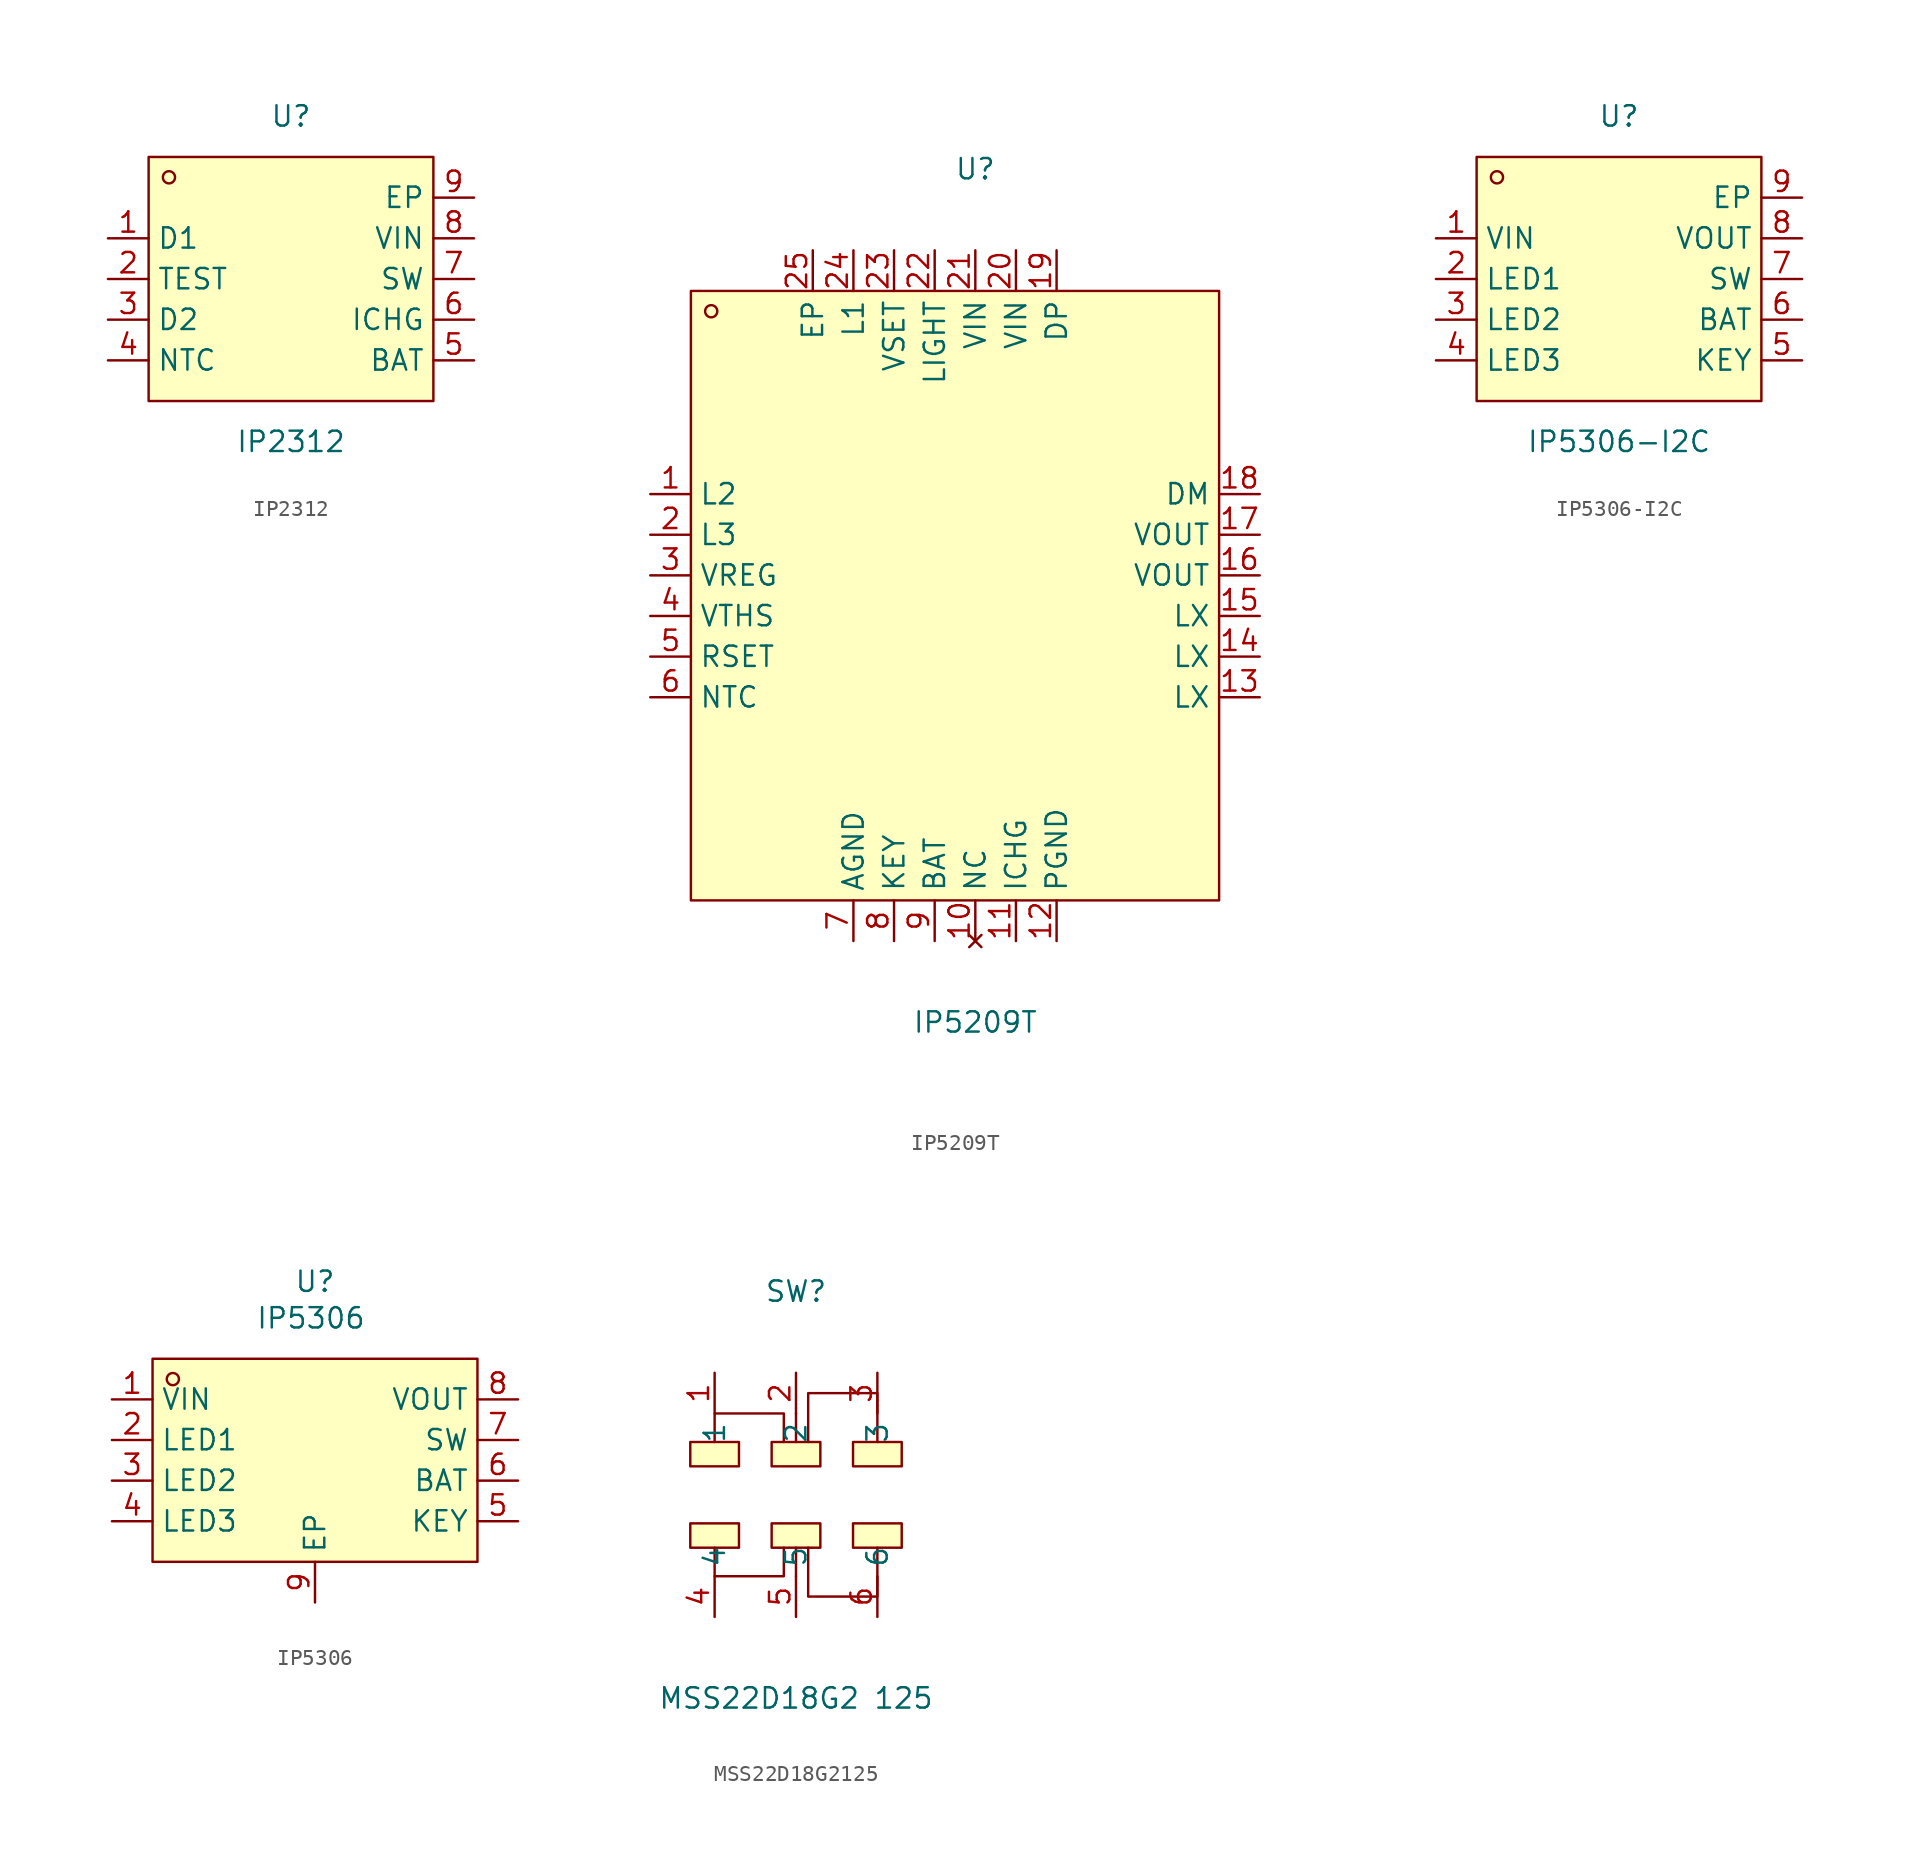
<source format=kicad_sym>
(kicad_symbol_lib
  (version 20231120)
  (generator "kicad_symbol_editor")
  (generator_version "8.0")
  (symbol "IP2312"
    (property "Reference" "U"
      (at 0 10.16 0)
      (effects (font (size 1.27 1.27))))
    (property "Value" "IP2312"
      (at 0 -10.16 0)
      (effects (font (size 1.27 1.27))))
    (symbol "IP2312_0_1"
      (rectangle (start -8.89 7.62) (end 8.89 -7.62) (stroke (width 0) (type default)) (fill (type background)))
      (circle (center -7.62 6.35) (radius 0.38) (stroke (width 0) (type default)) (fill (type none)))
      (pin unspecified line (at -11.43 2.54 0) (length 2.54) (name "D1" (effects (font (size 1.27 1.27)))) (number "1" (effects (font (size 1.27 1.27)))))
      (pin unspecified line (at -11.43 0 0) (length 2.54) (name "TEST" (effects (font (size 1.27 1.27)))) (number "2" (effects (font (size 1.27 1.27)))))
      (pin unspecified line (at -11.43 -2.54 0) (length 2.54) (name "D2" (effects (font (size 1.27 1.27)))) (number "3" (effects (font (size 1.27 1.27)))))
      (pin unspecified line (at -11.43 -5.08 0) (length 2.54) (name "NTC" (effects (font (size 1.27 1.27)))) (number "4" (effects (font (size 1.27 1.27)))))
      (pin unspecified line (at 11.43 -5.08 180) (length 2.54) (name "BAT" (effects (font (size 1.27 1.27)))) (number "5" (effects (font (size 1.27 1.27)))))
      (pin unspecified line (at 11.43 -2.54 180) (length 2.54) (name "ICHG" (effects (font (size 1.27 1.27)))) (number "6" (effects (font (size 1.27 1.27)))))
      (pin unspecified line (at 11.43 0 180) (length 2.54) (name "SW" (effects (font (size 1.27 1.27)))) (number "7" (effects (font (size 1.27 1.27)))))
      (pin unspecified line (at 11.43 2.54 180) (length 2.54) (name "VIN" (effects (font (size 1.27 1.27)))) (number "8" (effects (font (size 1.27 1.27)))))
      (pin unspecified line (at 11.43 5.08 180) (length 2.54) (name "EP" (effects (font (size 1.27 1.27)))) (number "9" (effects (font (size 1.27 1.27)))))))
  (symbol "IP5209T"
    (property "Reference" "U"
      (at 0 25.4 0)
      (effects (font (size 1.27 1.27))))
    (property "Value" "IP5209T"
      (at 0 -27.94 0)
      (effects (font (size 1.27 1.27))))
    (symbol "IP5209T_0_1"
      (rectangle (start -17.78 17.78) (end 15.24 -20.32) (stroke (width 0) (type default)) (fill (type background)))
      (circle (center -16.51 16.51) (radius 0.38) (stroke (width 0) (type default)) (fill (type none))))
    (symbol "IP5209T_1_1"
      (pin passive line (at -20.32 5.08 0) (length 2.54) (name "L2" (effects (font (size 1.27 1.27)))) (number "1" (effects (font (size 1.27 1.27)))))
      (pin no_connect line (at 0 -22.86 90) (length 2.54) (name "NC" (effects (font (size 1.27 1.27)))) (number "10" (effects (font (size 1.27 1.27)))))
      (pin passive line (at 2.54 -22.86 90) (length 2.54) (name "ICHG" (effects (font (size 1.27 1.27)))) (number "11" (effects (font (size 1.27 1.27)))))
      (pin power_in line (at 5.08 -22.86 90) (length 2.54) (name "PGND" (effects (font (size 1.27 1.27)))) (number "12" (effects (font (size 1.27 1.27)))))
      (pin passive line (at 17.78 -7.62 180) (length 2.54) (name "LX" (effects (font (size 1.27 1.27)))) (number "13" (effects (font (size 1.27 1.27)))))
      (pin passive line (at 17.78 -5.08 180) (length 2.54) (name "LX" (effects (font (size 1.27 1.27)))) (number "14" (effects (font (size 1.27 1.27)))))
      (pin passive line (at 17.78 -2.54 180) (length 2.54) (name "LX" (effects (font (size 1.27 1.27)))) (number "15" (effects (font (size 1.27 1.27)))))
      (pin power_in line (at 17.78 0 180) (length 2.54) (name "VOUT" (effects (font (size 1.27 1.27)))) (number "16" (effects (font (size 1.27 1.27)))))
      (pin power_in line (at 17.78 2.54 180) (length 2.54) (name "VOUT" (effects (font (size 1.27 1.27)))) (number "17" (effects (font (size 1.27 1.27)))))
      (pin passive line (at 17.78 5.08 180) (length 2.54) (name "DM" (effects (font (size 1.27 1.27)))) (number "18" (effects (font (size 1.27 1.27)))))
      (pin passive line (at 5.08 20.32 270) (length 2.54) (name "DP" (effects (font (size 1.27 1.27)))) (number "19" (effects (font (size 1.27 1.27)))))
      (pin passive line (at -20.32 2.54 0) (length 2.54) (name "L3" (effects (font (size 1.27 1.27)))) (number "2" (effects (font (size 1.27 1.27)))))
      (pin power_in line (at 2.54 20.32 270) (length 2.54) (name "VIN" (effects (font (size 1.27 1.27)))) (number "20" (effects (font (size 1.27 1.27)))))
      (pin power_in line (at 0 20.32 270) (length 2.54) (name "VIN" (effects (font (size 1.27 1.27)))) (number "21" (effects (font (size 1.27 1.27)))))
      (pin passive line (at -2.54 20.32 270) (length 2.54) (name "LIGHT" (effects (font (size 1.27 1.27)))) (number "22" (effects (font (size 1.27 1.27)))))
      (pin passive line (at -5.08 20.32 270) (length 2.54) (name "VSET" (effects (font (size 1.27 1.27)))) (number "23" (effects (font (size 1.27 1.27)))))
      (pin passive line (at -7.62 20.32 270) (length 2.54) (name "L1" (effects (font (size 1.27 1.27)))) (number "24" (effects (font (size 1.27 1.27)))))
      (pin passive line (at -10.16 20.32 270) (length 2.54) (name "EP" (effects (font (size 1.27 1.27)))) (number "25" (effects (font (size 1.27 1.27)))))
      (pin passive line (at -20.32 0 0) (length 2.54) (name "VREG" (effects (font (size 1.27 1.27)))) (number "3" (effects (font (size 1.27 1.27)))))
      (pin passive line (at -20.32 -2.54 0) (length 2.54) (name "VTHS" (effects (font (size 1.27 1.27)))) (number "4" (effects (font (size 1.27 1.27)))))
      (pin passive line (at -20.32 -5.08 0) (length 2.54) (name "RSET" (effects (font (size 1.27 1.27)))) (number "5" (effects (font (size 1.27 1.27)))))
      (pin passive line (at -20.32 -7.62 0) (length 2.54) (name "NTC" (effects (font (size 1.27 1.27)))) (number "6" (effects (font (size 1.27 1.27)))))
      (pin power_in line (at -7.62 -22.86 90) (length 2.54) (name "AGND" (effects (font (size 1.27 1.27)))) (number "7" (effects (font (size 1.27 1.27)))))
      (pin passive line (at -5.08 -22.86 90) (length 2.54) (name "KEY" (effects (font (size 1.27 1.27)))) (number "8" (effects (font (size 1.27 1.27)))))
      (pin passive line (at -2.54 -22.86 90) (length 2.54) (name "BAT" (effects (font (size 1.27 1.27)))) (number "9" (effects (font (size 1.27 1.27)))))))
  (symbol "IP5306-I2C"
    (property "Reference" "U"
      (at 0 10.16 0)
      (effects (font (size 1.27 1.27))))
    (property "Value" "IP5306-I2C"
      (at 0 -10.16 0)
      (effects (font (size 1.27 1.27))))
    (symbol "IP5306-I2C_0_1"
      (rectangle (start -8.89 7.62) (end 8.89 -7.62) (stroke (width 0) (type default)) (fill (type background)))
      (circle (center -7.62 6.35) (radius 0.38) (stroke (width 0) (type default)) (fill (type none))))
    (symbol "IP5306-I2C_1_1"
      (pin power_in line (at -11.43 2.54 0) (length 2.54) (name "VIN" (effects (font (size 1.27 1.27)))) (number "1" (effects (font (size 1.27 1.27)))))
      (pin bidirectional line (at -11.43 0 0) (length 2.54) (name "LED1" (effects (font (size 1.27 1.27)))) (number "2" (effects (font (size 1.27 1.27)))))
      (pin bidirectional line (at -11.43 -2.54 0) (length 2.54) (name "LED2" (effects (font (size 1.27 1.27)))) (number "3" (effects (font (size 1.27 1.27)))))
      (pin bidirectional line (at -11.43 -5.08 0) (length 2.54) (name "LED3" (effects (font (size 1.27 1.27)))) (number "4" (effects (font (size 1.27 1.27)))))
      (pin passive line (at 11.43 -5.08 180) (length 2.54) (name "KEY" (effects (font (size 1.27 1.27)))) (number "5" (effects (font (size 1.27 1.27)))))
      (pin passive line (at 11.43 -2.54 180) (length 2.54) (name "BAT" (effects (font (size 1.27 1.27)))) (number "6" (effects (font (size 1.27 1.27)))))
      (pin passive line (at 11.43 0 180) (length 2.54) (name "SW" (effects (font (size 1.27 1.27)))) (number "7" (effects (font (size 1.27 1.27)))))
      (pin power_in line (at 11.43 2.54 180) (length 2.54) (name "VOUT" (effects (font (size 1.27 1.27)))) (number "8" (effects (font (size 1.27 1.27)))))
      (pin power_in line (at 11.43 5.08 180) (length 2.54) (name "EP" (effects (font (size 1.27 1.27)))) (number "9" (effects (font (size 1.27 1.27)))))))
  (symbol "IP5306"
    (property "Reference" "U"
      (at 0 7.366 0)
      (effects (font (size 1.27 1.27))))
    (property "Value" "IP5306"
      (at -0.254 5.08 0)
      (effects (font (size 1.27 1.27))))
    (symbol "IP5306_0_1"
      (rectangle (start -10.16 2.54) (end 10.16 -10.16) (stroke (width 0) (type default)) (fill (type background)))
      (circle (center -8.89 1.27) (radius 0.38) (stroke (width 0) (type default)) (fill (type none))))
    (symbol "IP5306_1_1"
      (pin power_in line (at -12.7 0 0) (length 2.54) (name "VIN" (effects (font (size 1.27 1.27)))) (number "1" (effects (font (size 1.27 1.27)))))
      (pin bidirectional line (at -12.7 -2.54 0) (length 2.54) (name "LED1" (effects (font (size 1.27 1.27)))) (number "2" (effects (font (size 1.27 1.27)))))
      (pin bidirectional line (at -12.7 -5.08 0) (length 2.54) (name "LED2" (effects (font (size 1.27 1.27)))) (number "3" (effects (font (size 1.27 1.27)))))
      (pin bidirectional line (at -12.7 -7.62 0) (length 2.54) (name "LED3" (effects (font (size 1.27 1.27)))) (number "4" (effects (font (size 1.27 1.27)))))
      (pin passive line (at 12.7 -7.62 180) (length 2.54) (name "KEY" (effects (font (size 1.27 1.27)))) (number "5" (effects (font (size 1.27 1.27)))))
      (pin passive line (at 12.7 -5.08 180) (length 2.54) (name "BAT" (effects (font (size 1.27 1.27)))) (number "6" (effects (font (size 1.27 1.27)))))
      (pin passive line (at 12.7 -2.54 180) (length 2.54) (name "SW" (effects (font (size 1.27 1.27)))) (number "7" (effects (font (size 1.27 1.27)))))
      (pin power_out line (at 12.7 0 180) (length 2.54) (name "VOUT" (effects (font (size 1.27 1.27)))) (number "8" (effects (font (size 1.27 1.27)))))
      (pin power_in line (at 0 -12.7 90) (length 2.54) (name "EP" (effects (font (size 1.27 1.27)))) (number "9" (effects (font (size 1.27 1.27)))))))
  (symbol "MSS22D18G2125"
    (property "Reference" "SW"
      (at 0 12.7 0)
      (effects (font (size 1.27 1.27))))
    (property "Value" "MSS22D18G2 125"
      (at 0 -12.7 0)
      (effects (font (size 1.27 1.27))))
    (symbol "MSS22D18G2125_0_1"
      (rectangle (start -6.6 -1.78) (end -3.56 -3.3) (stroke (width 0) (type default)) (fill (type background)))
      (rectangle (start -6.6 3.3) (end -3.56 1.78) (stroke (width 0) (type default)) (fill (type background)))
      (rectangle (start -1.52 -1.78) (end 1.52 -3.3) (stroke (width 0) (type default)) (fill (type background)))
      (rectangle (start -1.52 3.3) (end 1.52 1.78) (stroke (width 0) (type default)) (fill (type background)))
      (polyline (pts (xy 0 -5.08) (xy 0 -3.3)) (stroke (width 0) (type default)) (fill (type none)))
      (polyline (pts (xy 0 5.08) (xy 0 3.3)) (stroke (width 0) (type default)) (fill (type none)))
      (polyline (pts (xy -5.08 -3.3) (xy -5.08 -5.08) (xy -0.76 -5.08) (xy -0.76 -3.3)) (stroke (width 0) (type default)) (fill (type none)))
      (polyline (pts (xy -5.08 3.3) (xy -5.08 5.08) (xy -0.76 5.08) (xy -0.76 3.3)) (stroke (width 0) (type default)) (fill (type none)))
      (polyline (pts (xy 0.76 -3.3) (xy 0.76 -6.35) (xy 5.08 -6.35) (xy 5.08 -3.3)) (stroke (width 0) (type default)) (fill (type none)))
      (polyline (pts (xy 0.76 3.3) (xy 0.76 6.35) (xy 5.08 6.35) (xy 5.08 3.3)) (stroke (width 0) (type default)) (fill (type none)))
      (rectangle (start 3.56 -1.78) (end 6.6 -3.3) (stroke (width 0) (type default)) (fill (type background)))
      (rectangle (start 3.56 3.3) (end 6.6 1.78) (stroke (width 0) (type default)) (fill (type background)))
      (pin unspecified line (at -5.08 7.62 270) (length 2.54) (name "1" (effects (font (size 1.27 1.27)))) (number "1" (effects (font (size 1.27 1.27)))))
      (pin unspecified line (at 0 7.62 270) (length 2.54) (name "2" (effects (font (size 1.27 1.27)))) (number "2" (effects (font (size 1.27 1.27)))))
      (pin unspecified line (at 5.08 7.62 270) (length 2.54) (name "3" (effects (font (size 1.27 1.27)))) (number "3" (effects (font (size 1.27 1.27)))))
      (pin unspecified line (at -5.08 -7.62 90) (length 2.54) (name "4" (effects (font (size 1.27 1.27)))) (number "4" (effects (font (size 1.27 1.27)))))
      (pin unspecified line (at 0 -7.62 90) (length 2.54) (name "5" (effects (font (size 1.27 1.27)))) (number "5" (effects (font (size 1.27 1.27)))))
      (pin unspecified line (at 5.08 -7.62 90) (length 2.54) (name "6" (effects (font (size 1.27 1.27)))) (number "6" (effects (font (size 1.27 1.27))))))))
</source>
